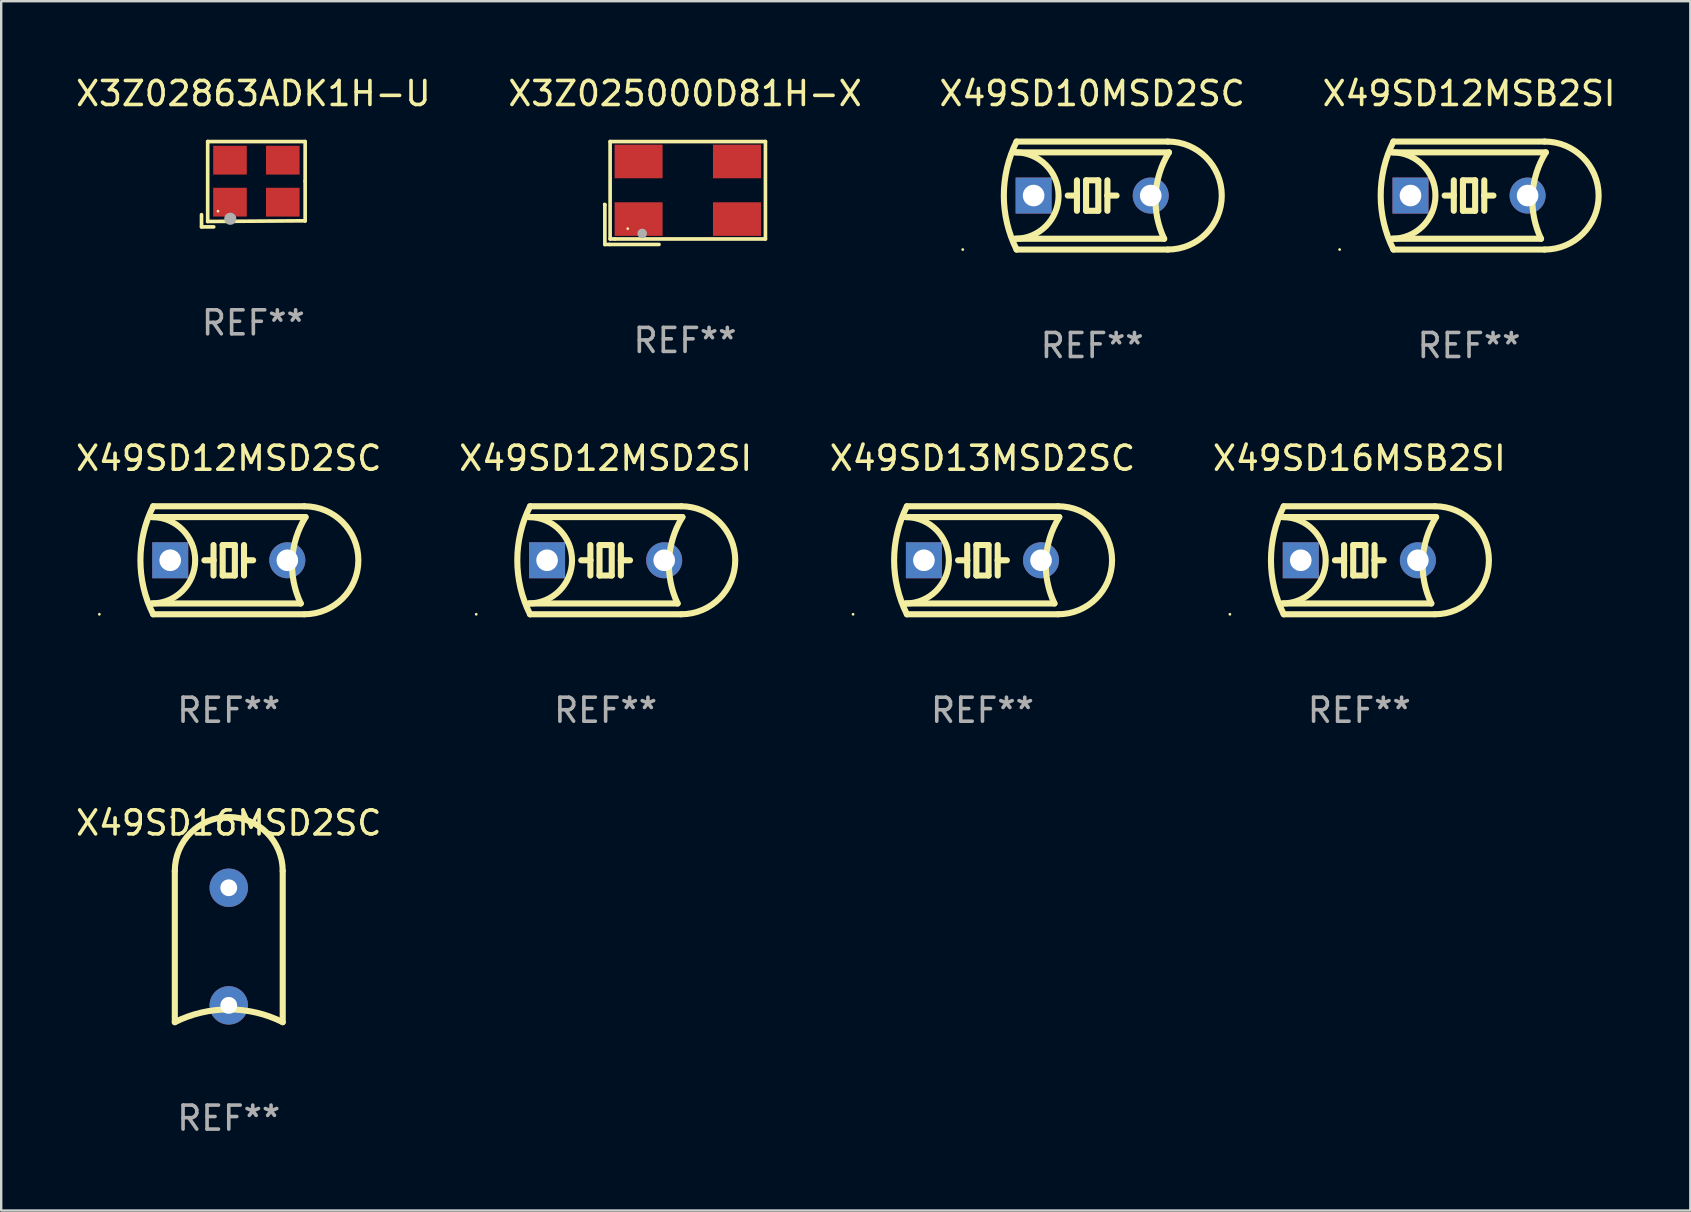
<source format=kicad_pcb>
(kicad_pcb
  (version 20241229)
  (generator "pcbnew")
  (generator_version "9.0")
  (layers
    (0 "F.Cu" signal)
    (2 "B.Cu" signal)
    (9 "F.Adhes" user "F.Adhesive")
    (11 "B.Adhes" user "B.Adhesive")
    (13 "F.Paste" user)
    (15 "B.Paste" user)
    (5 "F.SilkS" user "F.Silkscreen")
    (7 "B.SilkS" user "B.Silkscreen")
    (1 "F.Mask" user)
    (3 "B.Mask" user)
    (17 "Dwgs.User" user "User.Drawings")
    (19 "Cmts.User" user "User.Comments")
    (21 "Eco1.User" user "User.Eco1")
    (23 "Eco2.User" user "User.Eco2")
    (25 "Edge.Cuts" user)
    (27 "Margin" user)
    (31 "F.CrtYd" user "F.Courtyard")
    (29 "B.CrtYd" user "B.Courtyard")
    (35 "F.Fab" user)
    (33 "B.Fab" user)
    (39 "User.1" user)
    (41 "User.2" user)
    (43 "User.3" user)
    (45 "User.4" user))
  (footprint "X49SD16MSD2SC"
    (layer "F.Cu")
    (at 6.482 36.391)
    (property "Reference" "X49SD16MSD2SC" (at 0 -5.15 0) (layer "F.SilkS") (effects (font (size 1 1) (thickness 0.15))))
    (attr through_hole)
    (fp_line (start -2.248 3.15) (end -2.248 -3.15) (stroke (width 0.254) (type solid)) (layer "F.SilkS"))
    (fp_line (start 2.248 3.15) (end 2.248 -3.15) (stroke (width 0.254) (type solid)) (layer "F.SilkS"))
    (fp_arc (start -2.247904 -3.149606) (mid 0 -5.39751) (end 2.247904 -3.149606) (stroke (width 0.254001) (type solid)) (layer "F.SilkS"))
    (fp_arc (start -2.247904 3.149606) (mid 0 2.618948) (end 2.247905 3.149606) (stroke (width 0.254001) (type solid)) (layer "F.SilkS"))
    (fp_circle (center -2.375 -5.398) (end -2.345 -5.398) (stroke (width 0.06) (type solid)) (fill no) (layer "F.SilkS"))
    (fp_text user "REF**" (at 0 7.15 0) (layer "F.Fab") (effects (font (size 1 1) (thickness 0.15))))
    (pad "1" thru_hole circle (at 0 -2.45) (size 1.6 1.6) (drill 0.7) (layers "*.Cu" "*.Mask"))
    (pad "2" thru_hole circle (at 0 2.45) (size 1.6 1.6) (drill 0.7) (layers "*.Cu" "*.Mask")))
  (footprint "X3Z02863ADK1H-U"
    (layer "F.Cu")
    (at 7.506 4.626)
    (property "Reference" "X3Z02863ADK1H-U" (at 0 -3.778 0) (layer "F.SilkS") (effects (font (size 1 1) (thickness 0.15))))
    (attr through_hole)
    (fp_line (start -2.159 1.27) (end -2.159 1.778) (stroke (width 0.152) (type solid)) (layer "F.SilkS"))
    (fp_line (start -2.159 1.778) (end -1.651 1.778) (stroke (width 0.152) (type solid)) (layer "F.SilkS"))
    (fp_line (start -1.902 -1.778) (end 2.159 -1.778) (stroke (width 0.152) (type solid)) (layer "F.SilkS"))
    (fp_line (start -1.902 1.552) (end -1.902 -1.778) (stroke (width 0.152) (type solid)) (layer "F.SilkS"))
    (fp_line (start 2.159 -1.778) (end 2.159 -0.127) (stroke (width 0.152) (type solid)) (layer "F.SilkS"))
    (fp_line (start 2.159 -0.127) (end 2.159 1.524) (stroke (width 0.152) (type solid)) (layer "F.SilkS"))
    (fp_line (start 2.159 1.524) (end -1.902 1.552) (stroke (width 0.152) (type solid)) (layer "F.SilkS"))
    (fp_line (start 2.159 1.524) (end 2.159 1.524) (stroke (width 0.152) (type solid)) (layer "F.SilkS"))
    (fp_circle (center -1.473 1.123) (end -1.443 1.123) (stroke (width 0.06) (type solid)) (fill no) (layer "F.SilkS"))
    (fp_circle (center -0.961 1.44) (end -0.834 1.44) (stroke (width 0.254) (type solid)) (fill no) (layer "F.Fab"))
    (fp_text user "REF**" (at 0 5.778 0) (layer "F.Fab") (effects (font (size 1 1) (thickness 0.15))))
    (pad "1" smd rect (at -0.973 0.748) (size 1.4 1.2) (layers "F.Cu" "F.Mask" "F.Paste"))
    (pad "2" smd rect (at 1.227 0.748) (size 1.4 1.2) (layers "F.Cu" "F.Mask" "F.Paste"))
    (pad "3" smd rect (at 1.227 -1.002) (size 1.4 1.2) (layers "F.Cu" "F.Mask" "F.Paste"))
    (pad "4" smd rect (at -0.973 -1.002) (size 1.4 1.2) (layers "F.Cu" "F.Mask" "F.Paste")))
  (footprint "X49SD12MSB2SI"
    (layer "F.Cu")
    (at 58.161 5.098)
    (property "Reference" "X49SD12MSB2SI" (at 0 -4.25 0) (layer "F.SilkS") (effects (font (size 1 1) (thickness 0.15))))
    (attr through_hole)
    (fp_line (start -3.2 -1.8) (end 3.2 -1.8) (stroke (width 0.254) (type solid)) (layer "F.SilkS"))
    (fp_line (start -3.15 2.25) (end 3.15 2.25) (stroke (width 0.254) (type solid)) (layer "F.SilkS"))
    (fp_line (start -0.635 -0.635) (end -0.635 0) (stroke (width 0.254) (type solid)) (layer "F.SilkS"))
    (fp_line (start -0.635 0) (end -1.016 0) (stroke (width 0.254) (type solid)) (layer "F.SilkS"))
    (fp_line (start -0.635 0) (end -0.635 0.635) (stroke (width 0.254) (type solid)) (layer "F.SilkS"))
    (fp_line (start -0.254 -0.635) (end -0.254 0.635) (stroke (width 0.254) (type solid)) (layer "F.SilkS"))
    (fp_line (start -0.254 0.635) (end 0.254 0.635) (stroke (width 0.254) (type solid)) (layer "F.SilkS"))
    (fp_line (start 0.254 -0.635) (end -0.254 -0.635) (stroke (width 0.254) (type solid)) (layer "F.SilkS"))
    (fp_line (start 0.254 0.635) (end 0.254 -0.635) (stroke (width 0.254) (type solid)) (layer "F.SilkS"))
    (fp_line (start 0.635 -0.635) (end 0.635 0) (stroke (width 0.254) (type solid)) (layer "F.SilkS"))
    (fp_line (start 0.635 0) (end 0.635 0.635) (stroke (width 0.254) (type solid)) (layer "F.SilkS"))
    (fp_line (start 0.635 0) (end 1.016 0) (stroke (width 0.254) (type solid)) (layer "F.SilkS"))
    (fp_line (start 3 1.8) (end -3.2 1.8) (stroke (width 0.254) (type solid)) (layer "F.SilkS"))
    (fp_line (start 3.15 -2.25) (end -3.15 -2.25) (stroke (width 0.254) (type solid)) (layer "F.SilkS"))
    (fp_arc (start -3.200406 -1.800864) (mid -1.399974 -0.000635) (end -3.2 1.8) (stroke (width 0.254001) (type solid)) (layer "F.SilkS"))
    (fp_arc (start -3.149606 2.250444) (mid -3.680941 0.000261) (end -3.149987 -2.250013) (stroke (width 0.254001) (type solid)) (layer "F.SilkS"))
    (fp_arc (start 2.999746 1.800863) (mid 2.642982 -0.024977) (end 3.2 -1.8) (stroke (width 0.254001) (type solid)) (layer "F.SilkS"))
    (fp_arc (start 3.149607 -2.250445) (mid 5.399848 -0.000406) (end 3.149987 2.250013) (stroke (width 0.254001) (type solid)) (layer "F.SilkS"))
    (fp_circle (center -5.392 2.25) (end -5.362 2.25) (stroke (width 0.06) (type solid)) (fill no) (layer "F.SilkS"))
    (fp_text user "REF**" (at 0 6.25 0) (layer "F.Fab") (effects (font (size 1 1) (thickness 0.15))))
    (pad "1" thru_hole rect (at -2.44 0) (size 1.5 1.5) (drill 0.9) (layers "*.Cu" "*.Mask"))
    (pad "2" thru_hole circle (at 2.44 0) (size 1.5 1.5) (drill 0.9) (layers "*.Cu" "*.Mask")))
  (footprint "X49SD16MSB2SI"
    (layer "F.Cu")
    (at 53.589 20.295)
    (property "Reference" "X49SD16MSB2SI" (at 0 -4.25 0) (layer "F.SilkS") (effects (font (size 1 1) (thickness 0.15))))
    (attr through_hole)
    (fp_line (start -3.2 -1.8) (end 3.2 -1.8) (stroke (width 0.254) (type solid)) (layer "F.SilkS"))
    (fp_line (start -3.15 2.25) (end 3.15 2.25) (stroke (width 0.254) (type solid)) (layer "F.SilkS"))
    (fp_line (start -0.635 -0.635) (end -0.635 0) (stroke (width 0.254) (type solid)) (layer "F.SilkS"))
    (fp_line (start -0.635 0) (end -1.016 0) (stroke (width 0.254) (type solid)) (layer "F.SilkS"))
    (fp_line (start -0.635 0) (end -0.635 0.635) (stroke (width 0.254) (type solid)) (layer "F.SilkS"))
    (fp_line (start -0.254 -0.635) (end -0.254 0.635) (stroke (width 0.254) (type solid)) (layer "F.SilkS"))
    (fp_line (start -0.254 0.635) (end 0.254 0.635) (stroke (width 0.254) (type solid)) (layer "F.SilkS"))
    (fp_line (start 0.254 -0.635) (end -0.254 -0.635) (stroke (width 0.254) (type solid)) (layer "F.SilkS"))
    (fp_line (start 0.254 0.635) (end 0.254 -0.635) (stroke (width 0.254) (type solid)) (layer "F.SilkS"))
    (fp_line (start 0.635 -0.635) (end 0.635 0) (stroke (width 0.254) (type solid)) (layer "F.SilkS"))
    (fp_line (start 0.635 0) (end 0.635 0.635) (stroke (width 0.254) (type solid)) (layer "F.SilkS"))
    (fp_line (start 0.635 0) (end 1.016 0) (stroke (width 0.254) (type solid)) (layer "F.SilkS"))
    (fp_line (start 3 1.8) (end -3.2 1.8) (stroke (width 0.254) (type solid)) (layer "F.SilkS"))
    (fp_line (start 3.15 -2.25) (end -3.15 -2.25) (stroke (width 0.254) (type solid)) (layer "F.SilkS"))
    (fp_arc (start -3.200406 -1.800864) (mid -1.399974 -0.000635) (end -3.2 1.8) (stroke (width 0.254001) (type solid)) (layer "F.SilkS"))
    (fp_arc (start -3.149606 2.250444) (mid -3.680941 0.000261) (end -3.149987 -2.250013) (stroke (width 0.254001) (type solid)) (layer "F.SilkS"))
    (fp_arc (start 2.999746 1.800863) (mid 2.642982 -0.024977) (end 3.2 -1.8) (stroke (width 0.254001) (type solid)) (layer "F.SilkS"))
    (fp_arc (start 3.149607 -2.250445) (mid 5.399848 -0.000406) (end 3.149987 2.250013) (stroke (width 0.254001) (type solid)) (layer "F.SilkS"))
    (fp_circle (center -5.392 2.25) (end -5.362 2.25) (stroke (width 0.06) (type solid)) (fill no) (layer "F.SilkS"))
    (fp_text user "REF**" (at 0 6.25 0) (layer "F.Fab") (effects (font (size 1 1) (thickness 0.15))))
    (pad "1" thru_hole rect (at -2.44 0) (size 1.5 1.5) (drill 0.9) (layers "*.Cu" "*.Mask"))
    (pad "2" thru_hole circle (at 2.44 0) (size 1.5 1.5) (drill 0.9) (layers "*.Cu" "*.Mask")))
  (footprint "X49SD12MSD2SI"
    (layer "F.Cu")
    (at 22.185 20.295)
    (property "Reference" "X49SD12MSD2SI" (at 0 -4.25 0) (layer "F.SilkS") (effects (font (size 1 1) (thickness 0.15))))
    (attr through_hole)
    (fp_line (start -3.2 -1.8) (end 3.2 -1.8) (stroke (width 0.254) (type solid)) (layer "F.SilkS"))
    (fp_line (start -3.15 2.25) (end 3.15 2.25) (stroke (width 0.254) (type solid)) (layer "F.SilkS"))
    (fp_line (start -0.635 -0.635) (end -0.635 0) (stroke (width 0.254) (type solid)) (layer "F.SilkS"))
    (fp_line (start -0.635 0) (end -1.016 0) (stroke (width 0.254) (type solid)) (layer "F.SilkS"))
    (fp_line (start -0.635 0) (end -0.635 0.635) (stroke (width 0.254) (type solid)) (layer "F.SilkS"))
    (fp_line (start -0.254 -0.635) (end -0.254 0.635) (stroke (width 0.254) (type solid)) (layer "F.SilkS"))
    (fp_line (start -0.254 0.635) (end 0.254 0.635) (stroke (width 0.254) (type solid)) (layer "F.SilkS"))
    (fp_line (start 0.254 -0.635) (end -0.254 -0.635) (stroke (width 0.254) (type solid)) (layer "F.SilkS"))
    (fp_line (start 0.254 0.635) (end 0.254 -0.635) (stroke (width 0.254) (type solid)) (layer "F.SilkS"))
    (fp_line (start 0.635 -0.635) (end 0.635 0) (stroke (width 0.254) (type solid)) (layer "F.SilkS"))
    (fp_line (start 0.635 0) (end 0.635 0.635) (stroke (width 0.254) (type solid)) (layer "F.SilkS"))
    (fp_line (start 0.635 0) (end 1.016 0) (stroke (width 0.254) (type solid)) (layer "F.SilkS"))
    (fp_line (start 3 1.8) (end -3.2 1.8) (stroke (width 0.254) (type solid)) (layer "F.SilkS"))
    (fp_line (start 3.15 -2.25) (end -3.15 -2.25) (stroke (width 0.254) (type solid)) (layer "F.SilkS"))
    (fp_arc (start -3.200406 -1.800864) (mid -1.399974 -0.000635) (end -3.2 1.8) (stroke (width 0.254001) (type solid)) (layer "F.SilkS"))
    (fp_arc (start -3.149606 2.250444) (mid -3.680941 0.000261) (end -3.149987 -2.250013) (stroke (width 0.254001) (type solid)) (layer "F.SilkS"))
    (fp_arc (start 2.999746 1.800863) (mid 2.642982 -0.024977) (end 3.2 -1.8) (stroke (width 0.254001) (type solid)) (layer "F.SilkS"))
    (fp_arc (start 3.149607 -2.250445) (mid 5.399848 -0.000406) (end 3.149987 2.250013) (stroke (width 0.254001) (type solid)) (layer "F.SilkS"))
    (fp_circle (center -5.392 2.25) (end -5.362 2.25) (stroke (width 0.06) (type solid)) (fill no) (layer "F.SilkS"))
    (fp_text user "REF**" (at 0 6.25 0) (layer "F.Fab") (effects (font (size 1 1) (thickness 0.15))))
    (pad "1" thru_hole rect (at -2.44 0) (size 1.5 1.5) (drill 0.9) (layers "*.Cu" "*.Mask"))
    (pad "2" thru_hole circle (at 2.44 0) (size 1.5 1.5) (drill 0.9) (layers "*.Cu" "*.Mask")))
  (footprint "X49SD10MSD2SC"
    (layer "F.Cu")
    (at 42.458 5.098)
    (property "Reference" "X49SD10MSD2SC" (at 0 -4.25 0) (layer "F.SilkS") (effects (font (size 1 1) (thickness 0.15))))
    (attr through_hole)
    (fp_line (start -3.2 -1.8) (end 3.2 -1.8) (stroke (width 0.254) (type solid)) (layer "F.SilkS"))
    (fp_line (start -3.15 2.25) (end 3.15 2.25) (stroke (width 0.254) (type solid)) (layer "F.SilkS"))
    (fp_line (start -0.635 -0.635) (end -0.635 0) (stroke (width 0.254) (type solid)) (layer "F.SilkS"))
    (fp_line (start -0.635 0) (end -1.016 0) (stroke (width 0.254) (type solid)) (layer "F.SilkS"))
    (fp_line (start -0.635 0) (end -0.635 0.635) (stroke (width 0.254) (type solid)) (layer "F.SilkS"))
    (fp_line (start -0.254 -0.635) (end -0.254 0.635) (stroke (width 0.254) (type solid)) (layer "F.SilkS"))
    (fp_line (start -0.254 0.635) (end 0.254 0.635) (stroke (width 0.254) (type solid)) (layer "F.SilkS"))
    (fp_line (start 0.254 -0.635) (end -0.254 -0.635) (stroke (width 0.254) (type solid)) (layer "F.SilkS"))
    (fp_line (start 0.254 0.635) (end 0.254 -0.635) (stroke (width 0.254) (type solid)) (layer "F.SilkS"))
    (fp_line (start 0.635 -0.635) (end 0.635 0) (stroke (width 0.254) (type solid)) (layer "F.SilkS"))
    (fp_line (start 0.635 0) (end 0.635 0.635) (stroke (width 0.254) (type solid)) (layer "F.SilkS"))
    (fp_line (start 0.635 0) (end 1.016 0) (stroke (width 0.254) (type solid)) (layer "F.SilkS"))
    (fp_line (start 3 1.8) (end -3.2 1.8) (stroke (width 0.254) (type solid)) (layer "F.SilkS"))
    (fp_line (start 3.15 -2.25) (end -3.15 -2.25) (stroke (width 0.254) (type solid)) (layer "F.SilkS"))
    (fp_arc (start -3.200406 -1.800864) (mid -1.399974 -0.000635) (end -3.2 1.8) (stroke (width 0.254001) (type solid)) (layer "F.SilkS"))
    (fp_arc (start -3.149606 2.250444) (mid -3.680941 0.000261) (end -3.149987 -2.250013) (stroke (width 0.254001) (type solid)) (layer "F.SilkS"))
    (fp_arc (start 2.999746 1.800863) (mid 2.642982 -0.024977) (end 3.2 -1.8) (stroke (width 0.254001) (type solid)) (layer "F.SilkS"))
    (fp_arc (start 3.149607 -2.250445) (mid 5.399848 -0.000406) (end 3.149987 2.250013) (stroke (width 0.254001) (type solid)) (layer "F.SilkS"))
    (fp_circle (center -5.392 2.25) (end -5.362 2.25) (stroke (width 0.06) (type solid)) (fill no) (layer "F.SilkS"))
    (fp_text user "REF**" (at 0 6.25 0) (layer "F.Fab") (effects (font (size 1 1) (thickness 0.15))))
    (pad "1" thru_hole rect (at -2.44 0) (size 1.5 1.5) (drill 0.9) (layers "*.Cu" "*.Mask"))
    (pad "2" thru_hole circle (at 2.44 0) (size 1.5 1.5) (drill 0.9) (layers "*.Cu" "*.Mask")))
  (footprint "X3Z025000D81H-X"
    (layer "F.Cu")
    (at 25.494 4.992)
    (property "Reference" "X3Z025000D81H-X" (at 0 -4.144 0) (layer "F.SilkS") (effects (font (size 1 1) (thickness 0.15))))
    (attr through_hole)
    (fp_line (start -3.35 0.476) (end -3.341 0.485) (stroke (width 0.152) (type solid)) (layer "F.SilkS"))
    (fp_line (start -3.341 0.485) (end -3.341 2.144) (stroke (width 0.152) (type solid)) (layer "F.SilkS"))
    (fp_line (start -3.341 2.144) (end -3.143 2.144) (stroke (width 0.152) (type solid)) (layer "F.SilkS"))
    (fp_line (start -3.143 2.144) (end -1.085 2.144) (stroke (width 0.152) (type solid)) (layer "F.SilkS"))
    (fp_line (start -3.122 -2.144) (end 3.35 -2.144) (stroke (width 0.152) (type solid)) (layer "F.SilkS"))
    (fp_line (start -3.122 1.915) (end -3.122 -2.144) (stroke (width 0.152) (type solid)) (layer "F.SilkS"))
    (fp_line (start -2.914 1.915) (end -3.122 1.915) (stroke (width 0.152) (type solid)) (layer "F.SilkS"))
    (fp_line (start 3.35 -2.144) (end 3.35 1.915) (stroke (width 0.152) (type solid)) (layer "F.SilkS"))
    (fp_line (start 3.35 1.915) (end -2.914 1.915) (stroke (width 0.152) (type solid)) (layer "F.SilkS"))
    (fp_circle (center -2.386 1.486) (end -2.356 1.486) (stroke (width 0.06) (type solid)) (fill no) (layer "F.SilkS"))
    (fp_circle (center -1.786 1.686) (end -1.686 1.686) (stroke (width 0.2) (type solid)) (fill no) (layer "F.Fab"))
    (fp_text user "REF**" (at 0 6.144 0) (layer "F.Fab") (effects (font (size 1 1) (thickness 0.15))))
    (pad "1" smd rect (at -1.936 1.086) (size 2 1.4) (layers "F.Cu" "F.Mask" "F.Paste"))
    (pad "2" smd rect (at 2.164 1.086) (size 2 1.4) (layers "F.Cu" "F.Mask" "F.Paste"))
    (pad "3" smd rect (at 2.164 -1.314) (size 2 1.4) (layers "F.Cu" "F.Mask" "F.Paste"))
    (pad "4" smd rect (at -1.936 -1.314) (size 2 1.4) (layers "F.Cu" "F.Mask" "F.Paste")))
  (footprint "X49SD12MSD2SC"
    (layer "F.Cu")
    (at 6.482 20.295)
    (property "Reference" "X49SD12MSD2SC" (at 0 -4.25 0) (layer "F.SilkS") (effects (font (size 1 1) (thickness 0.15))))
    (attr through_hole)
    (fp_line (start -3.2 -1.8) (end 3.2 -1.8) (stroke (width 0.254) (type solid)) (layer "F.SilkS"))
    (fp_line (start -3.15 2.25) (end 3.15 2.25) (stroke (width 0.254) (type solid)) (layer "F.SilkS"))
    (fp_line (start -0.635 -0.635) (end -0.635 0) (stroke (width 0.254) (type solid)) (layer "F.SilkS"))
    (fp_line (start -0.635 0) (end -1.016 0) (stroke (width 0.254) (type solid)) (layer "F.SilkS"))
    (fp_line (start -0.635 0) (end -0.635 0.635) (stroke (width 0.254) (type solid)) (layer "F.SilkS"))
    (fp_line (start -0.254 -0.635) (end -0.254 0.635) (stroke (width 0.254) (type solid)) (layer "F.SilkS"))
    (fp_line (start -0.254 0.635) (end 0.254 0.635) (stroke (width 0.254) (type solid)) (layer "F.SilkS"))
    (fp_line (start 0.254 -0.635) (end -0.254 -0.635) (stroke (width 0.254) (type solid)) (layer "F.SilkS"))
    (fp_line (start 0.254 0.635) (end 0.254 -0.635) (stroke (width 0.254) (type solid)) (layer "F.SilkS"))
    (fp_line (start 0.635 -0.635) (end 0.635 0) (stroke (width 0.254) (type solid)) (layer "F.SilkS"))
    (fp_line (start 0.635 0) (end 0.635 0.635) (stroke (width 0.254) (type solid)) (layer "F.SilkS"))
    (fp_line (start 0.635 0) (end 1.016 0) (stroke (width 0.254) (type solid)) (layer "F.SilkS"))
    (fp_line (start 3 1.8) (end -3.2 1.8) (stroke (width 0.254) (type solid)) (layer "F.SilkS"))
    (fp_line (start 3.15 -2.25) (end -3.15 -2.25) (stroke (width 0.254) (type solid)) (layer "F.SilkS"))
    (fp_arc (start -3.200406 -1.800864) (mid -1.399974 -0.000635) (end -3.2 1.8) (stroke (width 0.254001) (type solid)) (layer "F.SilkS"))
    (fp_arc (start -3.149606 2.250444) (mid -3.680941 0.000261) (end -3.149987 -2.250013) (stroke (width 0.254001) (type solid)) (layer "F.SilkS"))
    (fp_arc (start 2.999746 1.800863) (mid 2.642982 -0.024977) (end 3.2 -1.8) (stroke (width 0.254001) (type solid)) (layer "F.SilkS"))
    (fp_arc (start 3.149607 -2.250445) (mid 5.399848 -0.000406) (end 3.149987 2.250013) (stroke (width 0.254001) (type solid)) (layer "F.SilkS"))
    (fp_circle (center -5.392 2.25) (end -5.362 2.25) (stroke (width 0.06) (type solid)) (fill no) (layer "F.SilkS"))
    (fp_text user "REF**" (at 0 6.25 0) (layer "F.Fab") (effects (font (size 1 1) (thickness 0.15))))
    (pad "1" thru_hole rect (at -2.44 0) (size 1.5 1.5) (drill 0.9) (layers "*.Cu" "*.Mask"))
    (pad "2" thru_hole circle (at 2.44 0) (size 1.5 1.5) (drill 0.9) (layers "*.Cu" "*.Mask")))
  (footprint "X49SD13MSD2SC"
    (layer "F.Cu")
    (at 37.887 20.295)
    (property "Reference" "X49SD13MSD2SC" (at 0 -4.25 0) (layer "F.SilkS") (effects (font (size 1 1) (thickness 0.15))))
    (attr through_hole)
    (fp_line (start -3.2 -1.8) (end 3.2 -1.8) (stroke (width 0.254) (type solid)) (layer "F.SilkS"))
    (fp_line (start -3.15 2.25) (end 3.15 2.25) (stroke (width 0.254) (type solid)) (layer "F.SilkS"))
    (fp_line (start -0.635 -0.635) (end -0.635 0) (stroke (width 0.254) (type solid)) (layer "F.SilkS"))
    (fp_line (start -0.635 0) (end -1.016 0) (stroke (width 0.254) (type solid)) (layer "F.SilkS"))
    (fp_line (start -0.635 0) (end -0.635 0.635) (stroke (width 0.254) (type solid)) (layer "F.SilkS"))
    (fp_line (start -0.254 -0.635) (end -0.254 0.635) (stroke (width 0.254) (type solid)) (layer "F.SilkS"))
    (fp_line (start -0.254 0.635) (end 0.254 0.635) (stroke (width 0.254) (type solid)) (layer "F.SilkS"))
    (fp_line (start 0.254 -0.635) (end -0.254 -0.635) (stroke (width 0.254) (type solid)) (layer "F.SilkS"))
    (fp_line (start 0.254 0.635) (end 0.254 -0.635) (stroke (width 0.254) (type solid)) (layer "F.SilkS"))
    (fp_line (start 0.635 -0.635) (end 0.635 0) (stroke (width 0.254) (type solid)) (layer "F.SilkS"))
    (fp_line (start 0.635 0) (end 0.635 0.635) (stroke (width 0.254) (type solid)) (layer "F.SilkS"))
    (fp_line (start 0.635 0) (end 1.016 0) (stroke (width 0.254) (type solid)) (layer "F.SilkS"))
    (fp_line (start 3 1.8) (end -3.2 1.8) (stroke (width 0.254) (type solid)) (layer "F.SilkS"))
    (fp_line (start 3.15 -2.25) (end -3.15 -2.25) (stroke (width 0.254) (type solid)) (layer "F.SilkS"))
    (fp_arc (start -3.200406 -1.800864) (mid -1.399974 -0.000635) (end -3.2 1.8) (stroke (width 0.254001) (type solid)) (layer "F.SilkS"))
    (fp_arc (start -3.149606 2.250444) (mid -3.680941 0.000261) (end -3.149987 -2.250013) (stroke (width 0.254001) (type solid)) (layer "F.SilkS"))
    (fp_arc (start 2.999746 1.800863) (mid 2.642982 -0.024977) (end 3.2 -1.8) (stroke (width 0.254001) (type solid)) (layer "F.SilkS"))
    (fp_arc (start 3.149607 -2.250445) (mid 5.399848 -0.000406) (end 3.149987 2.250013) (stroke (width 0.254001) (type solid)) (layer "F.SilkS"))
    (fp_circle (center -5.392 2.25) (end -5.362 2.25) (stroke (width 0.06) (type solid)) (fill no) (layer "F.SilkS"))
    (fp_text user "REF**" (at 0 6.25 0) (layer "F.Fab") (effects (font (size 1 1) (thickness 0.15))))
    (pad "1" thru_hole rect (at -2.44 0) (size 1.5 1.5) (drill 0.9) (layers "*.Cu" "*.Mask"))
    (pad "2" thru_hole circle (at 2.44 0) (size 1.5 1.5) (drill 0.9) (layers "*.Cu" "*.Mask")))
  (gr_rect
    (start -3 -3)
    (end 67.381 47.389)
    (stroke (width 0.1) (type default))
    (fill no)
    (layer "Edge.Cuts")))
</source>
